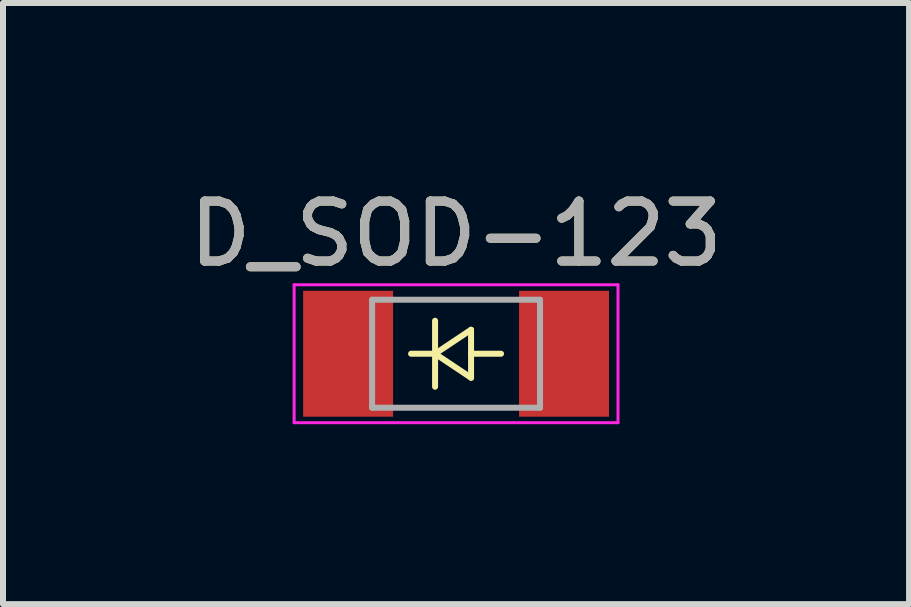
<source format=kicad_pcb>
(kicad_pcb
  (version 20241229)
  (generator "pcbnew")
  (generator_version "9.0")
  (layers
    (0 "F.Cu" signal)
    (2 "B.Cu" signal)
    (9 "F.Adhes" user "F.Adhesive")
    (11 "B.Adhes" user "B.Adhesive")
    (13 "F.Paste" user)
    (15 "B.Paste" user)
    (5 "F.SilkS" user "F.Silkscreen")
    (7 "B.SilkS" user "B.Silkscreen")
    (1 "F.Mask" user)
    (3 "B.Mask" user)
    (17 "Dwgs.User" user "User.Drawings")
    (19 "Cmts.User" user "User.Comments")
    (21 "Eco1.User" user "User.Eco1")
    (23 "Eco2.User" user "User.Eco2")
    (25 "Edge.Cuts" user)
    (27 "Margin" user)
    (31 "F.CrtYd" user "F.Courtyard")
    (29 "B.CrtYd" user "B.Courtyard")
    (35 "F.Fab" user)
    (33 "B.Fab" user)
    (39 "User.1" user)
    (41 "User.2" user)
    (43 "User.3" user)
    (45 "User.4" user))
  (footprint "D_SOD-123"
    (layer "F.Cu")
    (at 4.554 2.848)
    (property "Reference" "D_SOD-123" (at 0 -2 180) (layer "F.SilkS") (effects (font (size 1 1) (thickness 0.15))))
    (attr smd)
    (fp_line (start -0.75 0) (end -0.35 0) (stroke (width 0.1) (type solid)) (layer "F.SilkS"))
    (fp_line (start -0.35 0) (end -0.35 -0.55) (stroke (width 0.1) (type solid)) (layer "F.SilkS"))
    (fp_line (start -0.35 0) (end -0.35 0.55) (stroke (width 0.1) (type solid)) (layer "F.SilkS"))
    (fp_line (start -0.35 0) (end 0.25 -0.4) (stroke (width 0.1) (type solid)) (layer "F.SilkS"))
    (fp_line (start 0.25 -0.4) (end 0.25 0.4) (stroke (width 0.1) (type solid)) (layer "F.SilkS"))
    (fp_line (start 0.25 0) (end 0.75 0) (stroke (width 0.1) (type solid)) (layer "F.SilkS"))
    (fp_line (start 0.25 0.4) (end -0.35 0) (stroke (width 0.1) (type solid)) (layer "F.SilkS"))
    (fp_line (start -2.7 -1.15) (end -2.7 1.15) (stroke (width 0.05) (type solid)) (layer "F.CrtYd"))
    (fp_line (start -2.7 -1.15) (end 2.7 -1.15) (stroke (width 0.05) (type solid)) (layer "F.CrtYd"))
    (fp_line (start 2.7 -1.15) (end 2.7 1.15) (stroke (width 0.05) (type solid)) (layer "F.CrtYd"))
    (fp_line (start 2.7 1.15) (end -2.7 1.15) (stroke (width 0.05) (type solid)) (layer "F.CrtYd"))
    (fp_line (start -1.4 -0.9) (end 1.4 -0.9) (stroke (width 0.1) (type solid)) (layer "F.Fab"))
    (fp_line (start -1.4 0.9) (end -1.4 -0.9) (stroke (width 0.1) (type solid)) (layer "F.Fab"))
    (fp_line (start 1.4 -0.9) (end 1.4 0.9) (stroke (width 0.1) (type solid)) (layer "F.Fab"))
    (fp_line (start 1.4 0.9) (end -1.4 0.9) (stroke (width 0.1) (type solid)) (layer "F.Fab"))
    (fp_text user "${REFERENCE}" (at 0 -2 180) (layer "F.Fab") (effects (font (size 1 1) (thickness 0.15))))
    (pad "1" smd rect (at -1.8 0) (size 1.5 2.1) (layers "F.Cu" "F.Mask" "F.Paste"))
    (pad "2" smd rect (at 1.8 0) (size 1.5 2.1) (layers "F.Cu" "F.Mask" "F.Paste")))
  (gr_rect
    (start -3 -3)
    (end 12.107 7.023)
    (stroke (width 0.1) (type default))
    (fill no)
    (layer "Edge.Cuts")))
</source>
